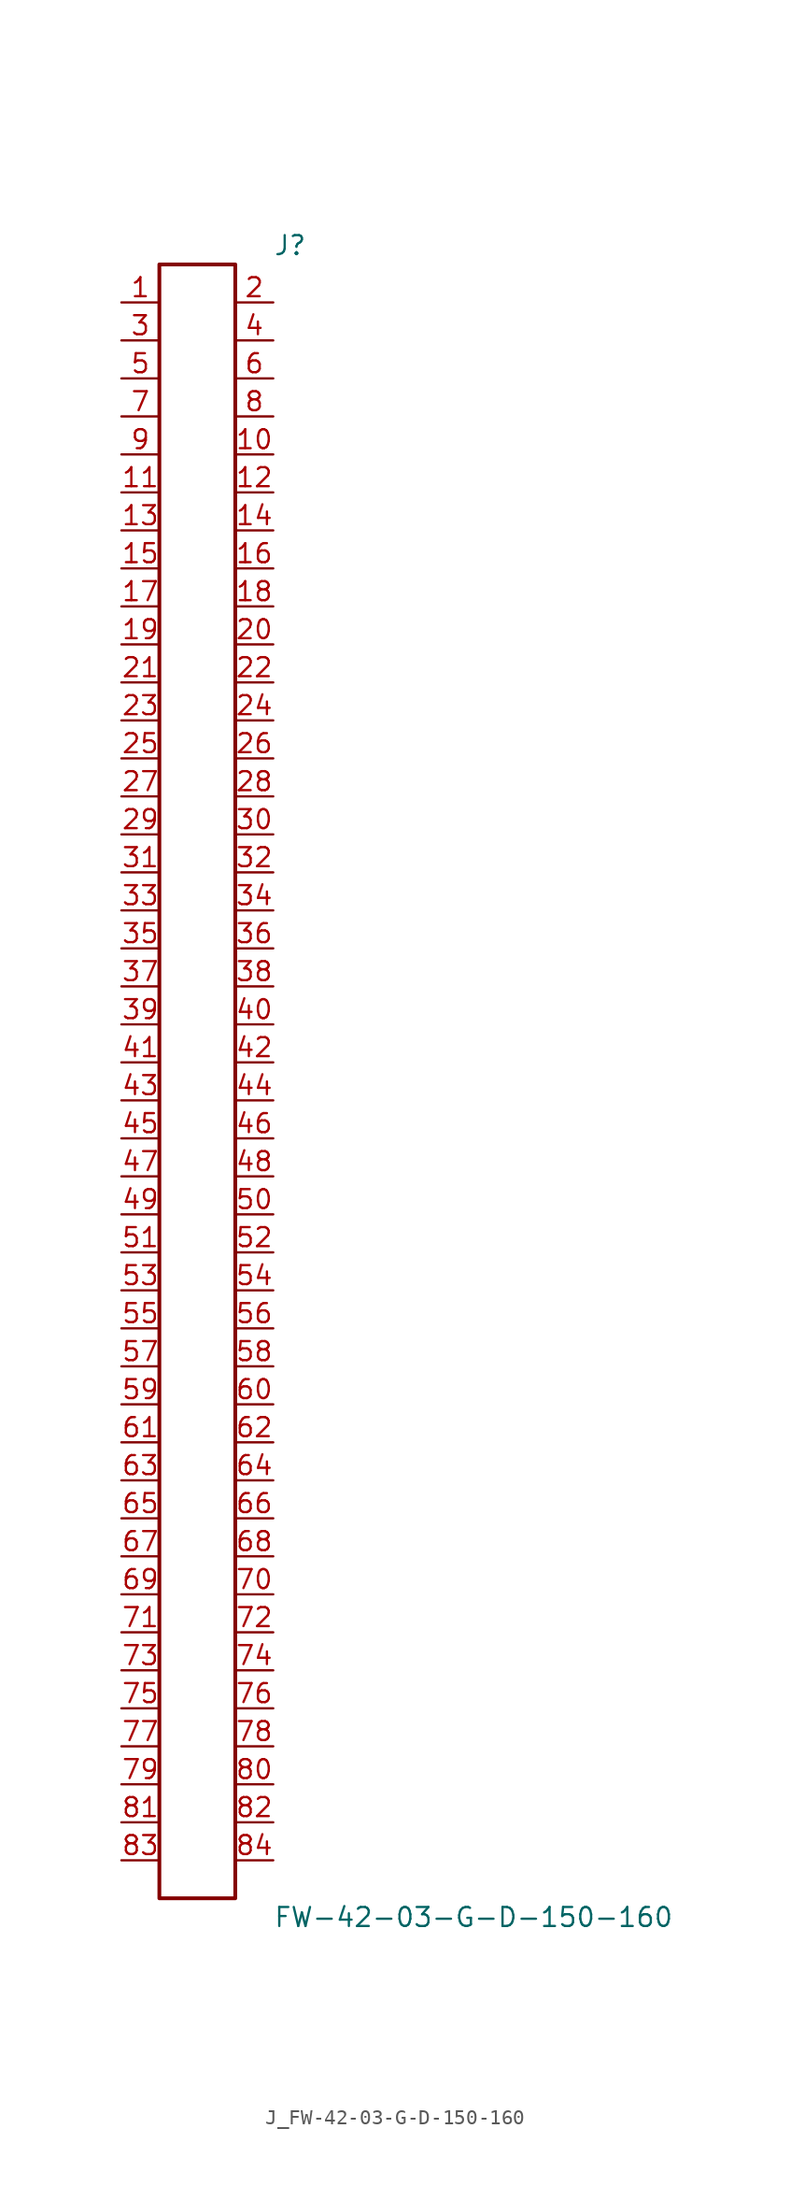
<source format=kicad_sym>
(kicad_symbol_lib
  (version 20231120)
  (generator kicad_symbol_editor)
  (generator_version 8.0)
  (symbol "J_FW-42-03-G-D-150-160"
    (pin_names
      (offset 0.254))
    (property "Reference" "J"
      (at 5.08 55.88 0)
      (effects (font (size 1.27 1.27)) (justify left)))
    (property "Value" "FW-42-03-G-D-150-160"
      (at 5.08 -55.88 0)
      (effects (font (size 1.27 1.27)) (justify left)))
    (symbol "J_FW-42-03-G-D-150-160_0_0"
      (pin passive line (at -5.08 52.07 0) (length 2.54) (name "" (effects (font (size 1.27 1.27)))) (number "1" (effects (font (size 1.27 1.27)))))
      (pin passive line (at 5.08 52.07 180) (length 2.54) (name "" (effects (font (size 1.27 1.27)))) (number "2" (effects (font (size 1.27 1.27)))))
      (pin passive line (at -5.08 49.53 0) (length 2.54) (name "" (effects (font (size 1.27 1.27)))) (number "3" (effects (font (size 1.27 1.27)))))
      (pin passive line (at 5.08 49.53 180) (length 2.54) (name "" (effects (font (size 1.27 1.27)))) (number "4" (effects (font (size 1.27 1.27)))))
      (pin passive line (at -5.08 46.99 0) (length 2.54) (name "" (effects (font (size 1.27 1.27)))) (number "5" (effects (font (size 1.27 1.27)))))
      (pin passive line (at 5.08 46.99 180) (length 2.54) (name "" (effects (font (size 1.27 1.27)))) (number "6" (effects (font (size 1.27 1.27)))))
      (pin passive line (at -5.08 44.45 0) (length 2.54) (name "" (effects (font (size 1.27 1.27)))) (number "7" (effects (font (size 1.27 1.27)))))
      (pin passive line (at 5.08 44.45 180) (length 2.54) (name "" (effects (font (size 1.27 1.27)))) (number "8" (effects (font (size 1.27 1.27)))))
      (pin passive line (at -5.08 41.91 0) (length 2.54) (name "" (effects (font (size 1.27 1.27)))) (number "9" (effects (font (size 1.27 1.27)))))
      (pin passive line (at 5.08 41.91 180) (length 2.54) (name "" (effects (font (size 1.27 1.27)))) (number "10" (effects (font (size 1.27 1.27)))))
      (pin passive line (at -5.08 39.37 0) (length 2.54) (name "" (effects (font (size 1.27 1.27)))) (number "11" (effects (font (size 1.27 1.27)))))
      (pin passive line (at 5.08 39.37 180) (length 2.54) (name "" (effects (font (size 1.27 1.27)))) (number "12" (effects (font (size 1.27 1.27)))))
      (pin passive line (at -5.08 36.83 0) (length 2.54) (name "" (effects (font (size 1.27 1.27)))) (number "13" (effects (font (size 1.27 1.27)))))
      (pin passive line (at 5.08 36.83 180) (length 2.54) (name "" (effects (font (size 1.27 1.27)))) (number "14" (effects (font (size 1.27 1.27)))))
      (pin passive line (at -5.08 34.29 0) (length 2.54) (name "" (effects (font (size 1.27 1.27)))) (number "15" (effects (font (size 1.27 1.27)))))
      (pin passive line (at 5.08 34.29 180) (length 2.54) (name "" (effects (font (size 1.27 1.27)))) (number "16" (effects (font (size 1.27 1.27)))))
      (pin passive line (at -5.08 31.75 0) (length 2.54) (name "" (effects (font (size 1.27 1.27)))) (number "17" (effects (font (size 1.27 1.27)))))
      (pin passive line (at 5.08 31.75 180) (length 2.54) (name "" (effects (font (size 1.27 1.27)))) (number "18" (effects (font (size 1.27 1.27)))))
      (pin passive line (at -5.08 29.21 0) (length 2.54) (name "" (effects (font (size 1.27 1.27)))) (number "19" (effects (font (size 1.27 1.27)))))
      (pin passive line (at 5.08 29.21 180) (length 2.54) (name "" (effects (font (size 1.27 1.27)))) (number "20" (effects (font (size 1.27 1.27)))))
      (pin passive line (at -5.08 26.67 0) (length 2.54) (name "" (effects (font (size 1.27 1.27)))) (number "21" (effects (font (size 1.27 1.27)))))
      (pin passive line (at 5.08 26.67 180) (length 2.54) (name "" (effects (font (size 1.27 1.27)))) (number "22" (effects (font (size 1.27 1.27)))))
      (pin passive line (at -5.08 24.13 0) (length 2.54) (name "" (effects (font (size 1.27 1.27)))) (number "23" (effects (font (size 1.27 1.27)))))
      (pin passive line (at 5.08 24.13 180) (length 2.54) (name "" (effects (font (size 1.27 1.27)))) (number "24" (effects (font (size 1.27 1.27)))))
      (pin passive line (at -5.08 21.59 0) (length 2.54) (name "" (effects (font (size 1.27 1.27)))) (number "25" (effects (font (size 1.27 1.27)))))
      (pin passive line (at 5.08 21.59 180) (length 2.54) (name "" (effects (font (size 1.27 1.27)))) (number "26" (effects (font (size 1.27 1.27)))))
      (pin passive line (at -5.08 19.05 0) (length 2.54) (name "" (effects (font (size 1.27 1.27)))) (number "27" (effects (font (size 1.27 1.27)))))
      (pin passive line (at 5.08 19.05 180) (length 2.54) (name "" (effects (font (size 1.27 1.27)))) (number "28" (effects (font (size 1.27 1.27)))))
      (pin passive line (at -5.08 16.51 0) (length 2.54) (name "" (effects (font (size 1.27 1.27)))) (number "29" (effects (font (size 1.27 1.27)))))
      (pin passive line (at 5.08 16.51 180) (length 2.54) (name "" (effects (font (size 1.27 1.27)))) (number "30" (effects (font (size 1.27 1.27)))))
      (pin passive line (at -5.08 13.97 0) (length 2.54) (name "" (effects (font (size 1.27 1.27)))) (number "31" (effects (font (size 1.27 1.27)))))
      (pin passive line (at 5.08 13.97 180) (length 2.54) (name "" (effects (font (size 1.27 1.27)))) (number "32" (effects (font (size 1.27 1.27)))))
      (pin passive line (at -5.08 11.43 0) (length 2.54) (name "" (effects (font (size 1.27 1.27)))) (number "33" (effects (font (size 1.27 1.27)))))
      (pin passive line (at 5.08 11.43 180) (length 2.54) (name "" (effects (font (size 1.27 1.27)))) (number "34" (effects (font (size 1.27 1.27)))))
      (pin passive line (at -5.08 8.89 0) (length 2.54) (name "" (effects (font (size 1.27 1.27)))) (number "35" (effects (font (size 1.27 1.27)))))
      (pin passive line (at 5.08 8.89 180) (length 2.54) (name "" (effects (font (size 1.27 1.27)))) (number "36" (effects (font (size 1.27 1.27)))))
      (pin passive line (at -5.08 6.35 0) (length 2.54) (name "" (effects (font (size 1.27 1.27)))) (number "37" (effects (font (size 1.27 1.27)))))
      (pin passive line (at 5.08 6.35 180) (length 2.54) (name "" (effects (font (size 1.27 1.27)))) (number "38" (effects (font (size 1.27 1.27)))))
      (pin passive line (at -5.08 3.81 0) (length 2.54) (name "" (effects (font (size 1.27 1.27)))) (number "39" (effects (font (size 1.27 1.27)))))
      (pin passive line (at 5.08 3.81 180) (length 2.54) (name "" (effects (font (size 1.27 1.27)))) (number "40" (effects (font (size 1.27 1.27)))))
      (pin passive line (at -5.08 1.27 0) (length 2.54) (name "" (effects (font (size 1.27 1.27)))) (number "41" (effects (font (size 1.27 1.27)))))
      (pin passive line (at 5.08 1.27 180) (length 2.54) (name "" (effects (font (size 1.27 1.27)))) (number "42" (effects (font (size 1.27 1.27)))))
      (pin passive line (at -5.08 -1.27 0) (length 2.54) (name "" (effects (font (size 1.27 1.27)))) (number "43" (effects (font (size 1.27 1.27)))))
      (pin passive line (at 5.08 -1.27 180) (length 2.54) (name "" (effects (font (size 1.27 1.27)))) (number "44" (effects (font (size 1.27 1.27)))))
      (pin passive line (at -5.08 -3.81 0) (length 2.54) (name "" (effects (font (size 1.27 1.27)))) (number "45" (effects (font (size 1.27 1.27)))))
      (pin passive line (at 5.08 -3.81 180) (length 2.54) (name "" (effects (font (size 1.27 1.27)))) (number "46" (effects (font (size 1.27 1.27)))))
      (pin passive line (at -5.08 -6.35 0) (length 2.54) (name "" (effects (font (size 1.27 1.27)))) (number "47" (effects (font (size 1.27 1.27)))))
      (pin passive line (at 5.08 -6.35 180) (length 2.54) (name "" (effects (font (size 1.27 1.27)))) (number "48" (effects (font (size 1.27 1.27)))))
      (pin passive line (at -5.08 -8.89 0) (length 2.54) (name "" (effects (font (size 1.27 1.27)))) (number "49" (effects (font (size 1.27 1.27)))))
      (pin passive line (at 5.08 -8.89 180) (length 2.54) (name "" (effects (font (size 1.27 1.27)))) (number "50" (effects (font (size 1.27 1.27)))))
      (pin passive line (at -5.08 -11.43 0) (length 2.54) (name "" (effects (font (size 1.27 1.27)))) (number "51" (effects (font (size 1.27 1.27)))))
      (pin passive line (at 5.08 -11.43 180) (length 2.54) (name "" (effects (font (size 1.27 1.27)))) (number "52" (effects (font (size 1.27 1.27)))))
      (pin passive line (at -5.08 -13.97 0) (length 2.54) (name "" (effects (font (size 1.27 1.27)))) (number "53" (effects (font (size 1.27 1.27)))))
      (pin passive line (at 5.08 -13.97 180) (length 2.54) (name "" (effects (font (size 1.27 1.27)))) (number "54" (effects (font (size 1.27 1.27)))))
      (pin passive line (at -5.08 -16.51 0) (length 2.54) (name "" (effects (font (size 1.27 1.27)))) (number "55" (effects (font (size 1.27 1.27)))))
      (pin passive line (at 5.08 -16.51 180) (length 2.54) (name "" (effects (font (size 1.27 1.27)))) (number "56" (effects (font (size 1.27 1.27)))))
      (pin passive line (at -5.08 -19.05 0) (length 2.54) (name "" (effects (font (size 1.27 1.27)))) (number "57" (effects (font (size 1.27 1.27)))))
      (pin passive line (at 5.08 -19.05 180) (length 2.54) (name "" (effects (font (size 1.27 1.27)))) (number "58" (effects (font (size 1.27 1.27)))))
      (pin passive line (at -5.08 -21.59 0) (length 2.54) (name "" (effects (font (size 1.27 1.27)))) (number "59" (effects (font (size 1.27 1.27)))))
      (pin passive line (at 5.08 -21.59 180) (length 2.54) (name "" (effects (font (size 1.27 1.27)))) (number "60" (effects (font (size 1.27 1.27)))))
      (pin passive line (at -5.08 -24.13 0) (length 2.54) (name "" (effects (font (size 1.27 1.27)))) (number "61" (effects (font (size 1.27 1.27)))))
      (pin passive line (at 5.08 -24.13 180) (length 2.54) (name "" (effects (font (size 1.27 1.27)))) (number "62" (effects (font (size 1.27 1.27)))))
      (pin passive line (at -5.08 -26.67 0) (length 2.54) (name "" (effects (font (size 1.27 1.27)))) (number "63" (effects (font (size 1.27 1.27)))))
      (pin passive line (at 5.08 -26.67 180) (length 2.54) (name "" (effects (font (size 1.27 1.27)))) (number "64" (effects (font (size 1.27 1.27)))))
      (pin passive line (at -5.08 -29.21 0) (length 2.54) (name "" (effects (font (size 1.27 1.27)))) (number "65" (effects (font (size 1.27 1.27)))))
      (pin passive line (at 5.08 -29.21 180) (length 2.54) (name "" (effects (font (size 1.27 1.27)))) (number "66" (effects (font (size 1.27 1.27)))))
      (pin passive line (at -5.08 -31.75 0) (length 2.54) (name "" (effects (font (size 1.27 1.27)))) (number "67" (effects (font (size 1.27 1.27)))))
      (pin passive line (at 5.08 -31.75 180) (length 2.54) (name "" (effects (font (size 1.27 1.27)))) (number "68" (effects (font (size 1.27 1.27)))))
      (pin passive line (at -5.08 -34.29 0) (length 2.54) (name "" (effects (font (size 1.27 1.27)))) (number "69" (effects (font (size 1.27 1.27)))))
      (pin passive line (at 5.08 -34.29 180) (length 2.54) (name "" (effects (font (size 1.27 1.27)))) (number "70" (effects (font (size 1.27 1.27)))))
      (pin passive line (at -5.08 -36.83 0) (length 2.54) (name "" (effects (font (size 1.27 1.27)))) (number "71" (effects (font (size 1.27 1.27)))))
      (pin passive line (at 5.08 -36.83 180) (length 2.54) (name "" (effects (font (size 1.27 1.27)))) (number "72" (effects (font (size 1.27 1.27)))))
      (pin passive line (at -5.08 -39.37 0) (length 2.54) (name "" (effects (font (size 1.27 1.27)))) (number "73" (effects (font (size 1.27 1.27)))))
      (pin passive line (at 5.08 -39.37 180) (length 2.54) (name "" (effects (font (size 1.27 1.27)))) (number "74" (effects (font (size 1.27 1.27)))))
      (pin passive line (at -5.08 -41.91 0) (length 2.54) (name "" (effects (font (size 1.27 1.27)))) (number "75" (effects (font (size 1.27 1.27)))))
      (pin passive line (at 5.08 -41.91 180) (length 2.54) (name "" (effects (font (size 1.27 1.27)))) (number "76" (effects (font (size 1.27 1.27)))))
      (pin passive line (at -5.08 -44.45 0) (length 2.54) (name "" (effects (font (size 1.27 1.27)))) (number "77" (effects (font (size 1.27 1.27)))))
      (pin passive line (at 5.08 -44.45 180) (length 2.54) (name "" (effects (font (size 1.27 1.27)))) (number "78" (effects (font (size 1.27 1.27)))))
      (pin passive line (at -5.08 -46.99 0) (length 2.54) (name "" (effects (font (size 1.27 1.27)))) (number "79" (effects (font (size 1.27 1.27)))))
      (pin passive line (at 5.08 -46.99 180) (length 2.54) (name "" (effects (font (size 1.27 1.27)))) (number "80" (effects (font (size 1.27 1.27)))))
      (pin passive line (at -5.08 -49.53 0) (length 2.54) (name "" (effects (font (size 1.27 1.27)))) (number "81" (effects (font (size 1.27 1.27)))))
      (pin passive line (at 5.08 -49.53 180) (length 2.54) (name "" (effects (font (size 1.27 1.27)))) (number "82" (effects (font (size 1.27 1.27)))))
      (pin passive line (at -5.08 -52.07 0) (length 2.54) (name "" (effects (font (size 1.27 1.27)))) (number "83" (effects (font (size 1.27 1.27)))))
      (pin passive line (at 5.08 -52.07 180) (length 2.54) (name "" (effects (font (size 1.27 1.27)))) (number "84" (effects (font (size 1.27 1.27))))))
    (symbol "J_FW-42-03-G-D-150-160_1_0"
      (rectangle (start -2.54 54.61) (end 2.54 -54.61) (stroke (width 0.254) (type solid)) (fill (type none))))))
</source>
